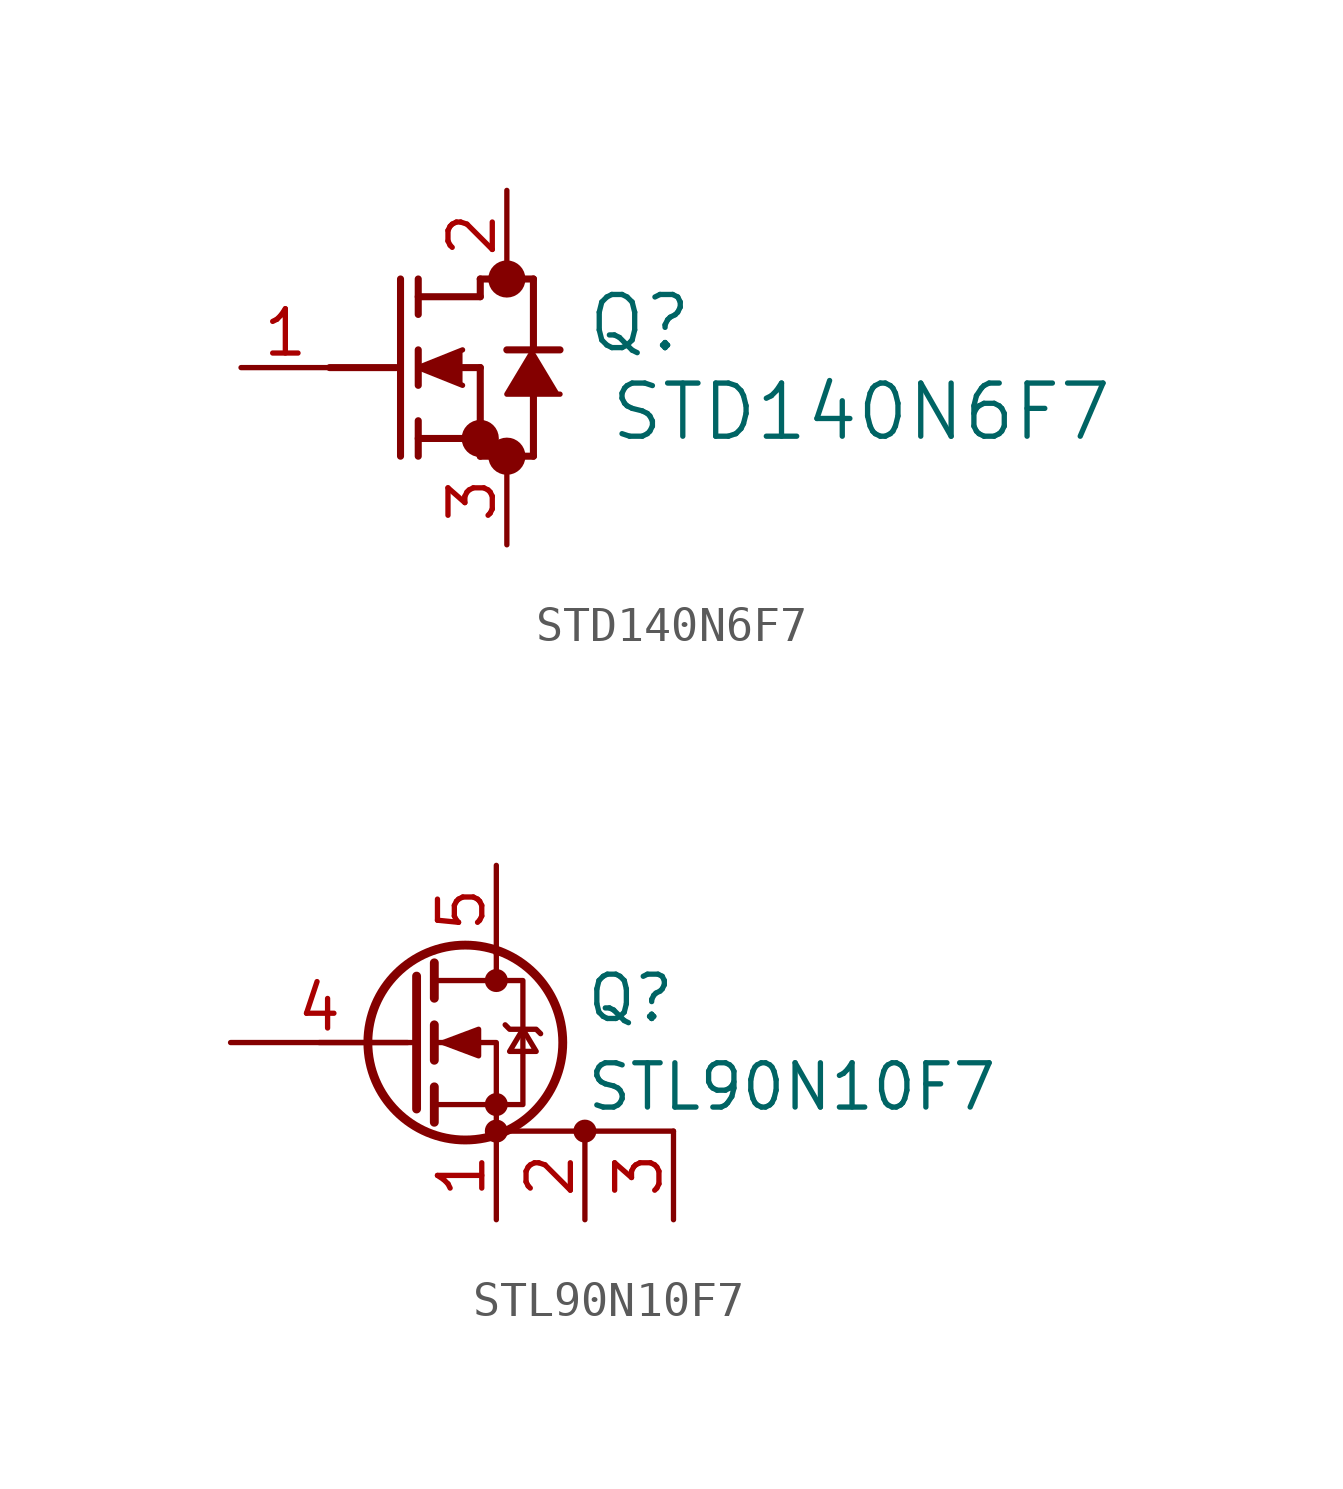
<source format=kicad_sym>
(kicad_symbol_lib
  (version 20231120)
  (generator "kicad_symbol_editor")
  (generator_version "8.0")
  (symbol "STD140N6F7"
    (pin_names
      (offset 0.254) hide)
    (property "Reference" "Q"
      (at 5.08 1.27 0)
      (effects (font (size 1.524 1.524))))
    (property "Value" "STD140N6F7"
      (at 11.43 -1.27 0)
      (effects (font (size 1.524 1.524))))
    (symbol "STD140N6F7_0_1"
      (polyline (pts (xy -3.81 0) (xy -1.905 0)) (stroke (width 0.203) (type default)) (fill (type none)))
      (polyline (pts (xy -1.778 -2.54) (xy -1.778 2.54)) (stroke (width 0.203) (type default)) (fill (type none)))
      (polyline (pts (xy -1.27 -2.54) (xy -1.27 -1.524)) (stroke (width 0.203) (type default)) (fill (type none)))
      (polyline (pts (xy -1.27 -2.032) (xy 0.508 -2.032)) (stroke (width 0.203) (type default)) (fill (type none)))
      (polyline (pts (xy -1.27 -0.508) (xy -1.27 0.508)) (stroke (width 0.203) (type default)) (fill (type none)))
      (polyline (pts (xy -1.27 1.524) (xy -1.27 2.54)) (stroke (width 0.203) (type default)) (fill (type none)))
      (polyline (pts (xy -1.27 2.032) (xy 0.508 2.032)) (stroke (width 0.203) (type default)) (fill (type none)))
      (polyline (pts (xy 0 0) (xy 0.508 0)) (stroke (width 0.203) (type default)) (fill (type none)))
      (polyline (pts (xy 0.508 -2.54) (xy 0.508 0)) (stroke (width 0.203) (type default)) (fill (type none)))
      (polyline (pts (xy 0.508 -2.54) (xy 2.032 -2.54)) (stroke (width 0.203) (type default)) (fill (type none)))
      (polyline (pts (xy 0.508 2.032) (xy 0.508 2.54)) (stroke (width 0.203) (type default)) (fill (type none)))
      (polyline (pts (xy 0.508 2.54) (xy 2.032 2.54)) (stroke (width 0.203) (type default)) (fill (type none)))
      (polyline (pts (xy 2.032 -2.54) (xy 2.032 -0.762)) (stroke (width 0.203) (type default)) (fill (type none)))
      (polyline (pts (xy 2.032 0.508) (xy 2.032 2.54)) (stroke (width 0.203) (type default)) (fill (type none)))
      (polyline (pts (xy 2.794 0.508) (xy 1.27 0.508)) (stroke (width 0.203) (type default)) (fill (type none)))
      (polyline (pts (xy 0 0.508) (xy -1.27 0) (xy 0 -0.508)) (stroke (width 0) (type default)) (fill (type outline)))
      (polyline (pts (xy 2.794 -0.762) (xy 1.27 -0.762) (xy 2.032 0.508)) (stroke (width 0) (type default)) (fill (type outline)))
      (circle (center 0.508 -2.032) (radius 0.025) (stroke (width 0.508) (type default)) (fill (type none)))
      (circle (center 1.27 -2.54) (radius 0.025) (stroke (width 0.508) (type default)) (fill (type none)))
      (circle (center 1.27 2.54) (radius 0.025) (stroke (width 0.508) (type default)) (fill (type none))))
    (symbol "STD140N6F7_1_1"
      (pin input line (at -6.35 0 0) (length 2.54) (name "G" (effects (font (size 1.27 1.27)))) (number "1" (effects (font (size 1.27 1.27)))))
      (pin input line (at 1.27 5.08 270) (length 2.54) (name "D" (effects (font (size 1.27 1.27)))) (number "2" (effects (font (size 1.27 1.27)))))
      (pin output line (at 1.27 -5.08 90) (length 2.54) (name "S" (effects (font (size 1.27 1.27)))) (number "3" (effects (font (size 1.27 1.27)))))))
  (symbol "STL90N10F7"
    (pin_names
      (offset 0) hide)
    (property "Reference" "Q"
      (at 5.08 1.27 0)
      (effects (font (size 1.27 1.27)) (justify left)))
    (property "Value" "STL90N10F7"
      (at 5.08 -1.27 0)
      (effects (font (size 1.27 1.27)) (justify left)))
    (symbol "STL90N10F7_0_1"
      (polyline (pts (xy 0.254 0) (xy -2.54 0)) (stroke (width 0) (type default)) (fill (type none)))
      (polyline (pts (xy 0.254 1.905) (xy 0.254 -1.905)) (stroke (width 0.254) (type default)) (fill (type none)))
      (polyline (pts (xy 0.762 -1.27) (xy 0.762 -2.286)) (stroke (width 0.254) (type default)) (fill (type none)))
      (polyline (pts (xy 0.762 0.508) (xy 0.762 -0.508)) (stroke (width 0.254) (type default)) (fill (type none)))
      (polyline (pts (xy 0.762 2.286) (xy 0.762 1.27)) (stroke (width 0.254) (type default)) (fill (type none)))
      (polyline (pts (xy 2.54 2.54) (xy 2.54 1.778)) (stroke (width 0) (type default)) (fill (type none)))
      (polyline (pts (xy 7.62 -2.54) (xy 5.08 -2.54)) (stroke (width 0.152) (type default)) (fill (type none)))
      (polyline (pts (xy 2.54 -2.54) (xy 2.54 0) (xy 0.762 0)) (stroke (width 0) (type default)) (fill (type none)))
      (polyline (pts (xy 5.08 -2.54) (xy 2.54 -2.54) (xy 3.81 -2.54)) (stroke (width 0.152) (type default)) (fill (type none)))
      (polyline (pts (xy 0.762 -1.778) (xy 3.302 -1.778) (xy 3.302 1.778) (xy 0.762 1.778)) (stroke (width 0) (type default)) (fill (type none)))
      (polyline (pts (xy 1.016 0) (xy 2.032 0.381) (xy 2.032 -0.381) (xy 1.016 0)) (stroke (width 0) (type default)) (fill (type outline)))
      (polyline (pts (xy 2.794 0.508) (xy 2.921 0.381) (xy 3.683 0.381) (xy 3.81 0.254)) (stroke (width 0) (type default)) (fill (type none)))
      (polyline (pts (xy 3.302 0.381) (xy 2.921 -0.254) (xy 3.683 -0.254) (xy 3.302 0.381)) (stroke (width 0) (type default)) (fill (type none)))
      (circle (center 1.651 0) (radius 2.794) (stroke (width 0.254) (type default)) (fill (type none)))
      (circle (center 2.54 -2.54) (radius 0.254) (stroke (width 0) (type default)) (fill (type outline)))
      (circle (center 2.54 -1.778) (radius 0.254) (stroke (width 0) (type default)) (fill (type outline)))
      (circle (center 2.54 1.778) (radius 0.254) (stroke (width 0) (type default)) (fill (type outline)))
      (circle (center 5.08 -2.54) (radius 0.254) (stroke (width 0) (type default)) (fill (type outline))))
    (symbol "STL90N10F7_1_1"
      (pin passive line (at 2.54 -5.08 90) (length 2.54) (name "S" (effects (font (size 1.27 1.27)))) (number "1" (effects (font (size 1.27 1.27)))))
      (pin passive line (at 5.08 -5.08 90) (length 2.54) (name "S" (effects (font (size 1.27 1.27)))) (number "2" (effects (font (size 1.27 1.27)))))
      (pin passive line (at 7.62 -5.08 90) (length 2.54) (name "S" (effects (font (size 1.27 1.27)))) (number "3" (effects (font (size 1.27 1.27)))))
      (pin input line (at -5.08 0 0) (length 5.08) (name "G" (effects (font (size 1.27 1.27)))) (number "4" (effects (font (size 1.27 1.27)))))
      (pin passive line (at 2.54 5.08 270) (length 2.54) (name "D" (effects (font (size 1.27 1.27)))) (number "5" (effects (font (size 1.27 1.27))))))))
</source>
